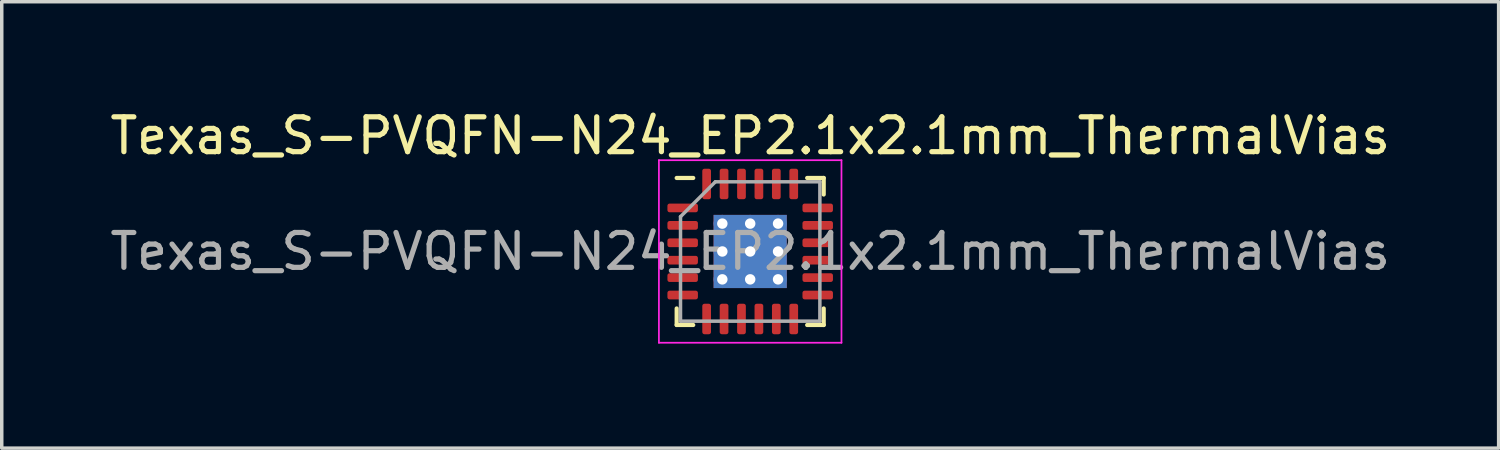
<source format=kicad_pcb>
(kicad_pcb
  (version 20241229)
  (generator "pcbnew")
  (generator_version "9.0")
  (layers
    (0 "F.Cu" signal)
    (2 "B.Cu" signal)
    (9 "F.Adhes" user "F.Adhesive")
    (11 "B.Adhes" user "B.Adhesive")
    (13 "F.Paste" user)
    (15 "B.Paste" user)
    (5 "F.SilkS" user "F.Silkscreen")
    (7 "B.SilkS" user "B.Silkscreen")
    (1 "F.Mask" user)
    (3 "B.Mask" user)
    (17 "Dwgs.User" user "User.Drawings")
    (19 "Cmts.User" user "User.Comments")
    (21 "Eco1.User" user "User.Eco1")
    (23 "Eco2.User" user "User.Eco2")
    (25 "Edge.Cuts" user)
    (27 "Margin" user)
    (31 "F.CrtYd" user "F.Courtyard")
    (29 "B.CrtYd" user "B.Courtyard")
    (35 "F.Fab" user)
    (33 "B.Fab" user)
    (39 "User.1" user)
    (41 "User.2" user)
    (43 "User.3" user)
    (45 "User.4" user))
  (footprint "Texas_S-PVQFN-N24_EP2.1x2.1mm_ThermalVias"
    (layer "F.Cu")
    (at 18.482 4.168)
    (property "Reference" "Texas_S-PVQFN-N24_EP2.1x2.1mm_ThermalVias" (at 0 -3.32 0) (layer "F.SilkS") (effects (font (size 1 1) (thickness 0.15))))
    (attr smd)
    (fp_line (start -2.11 2.11) (end -2.11 1.635) (stroke (width 0.12) (type solid)) (layer "F.SilkS"))
    (fp_line (start -1.635 -2.11) (end -2.11 -2.11) (stroke (width 0.12) (type solid)) (layer "F.SilkS"))
    (fp_line (start -1.635 2.11) (end -2.11 2.11) (stroke (width 0.12) (type solid)) (layer "F.SilkS"))
    (fp_line (start 1.635 -2.11) (end 2.11 -2.11) (stroke (width 0.12) (type solid)) (layer "F.SilkS"))
    (fp_line (start 1.635 2.11) (end 2.11 2.11) (stroke (width 0.12) (type solid)) (layer "F.SilkS"))
    (fp_line (start 2.11 -2.11) (end 2.11 -1.635) (stroke (width 0.12) (type solid)) (layer "F.SilkS"))
    (fp_line (start 2.11 2.11) (end 2.11 1.635) (stroke (width 0.12) (type solid)) (layer "F.SilkS"))
    (fp_line (start -2.62 -2.62) (end -2.62 2.62) (stroke (width 0.05) (type solid)) (layer "F.CrtYd"))
    (fp_line (start -2.62 2.62) (end 2.62 2.62) (stroke (width 0.05) (type solid)) (layer "F.CrtYd"))
    (fp_line (start 2.62 -2.62) (end -2.62 -2.62) (stroke (width 0.05) (type solid)) (layer "F.CrtYd"))
    (fp_line (start 2.62 2.62) (end 2.62 -2.62) (stroke (width 0.05) (type solid)) (layer "F.CrtYd"))
    (fp_line (start -2 -1) (end -1 -2) (stroke (width 0.1) (type solid)) (layer "F.Fab"))
    (fp_line (start -2 2) (end -2 -1) (stroke (width 0.1) (type solid)) (layer "F.Fab"))
    (fp_line (start -1 -2) (end 2 -2) (stroke (width 0.1) (type solid)) (layer "F.Fab"))
    (fp_line (start 2 -2) (end 2 2) (stroke (width 0.1) (type solid)) (layer "F.Fab"))
    (fp_line (start 2 2) (end -2 2) (stroke (width 0.1) (type solid)) (layer "F.Fab"))
    (fp_text user "${REFERENCE}" (at 0 0 0) (layer "F.Fab") (effects (font (size 1 1) (thickness 0.15))))
    (pad "" smd roundrect (at -0.525 -0.525) (size 0.88 0.88) (layers "F.Paste") (roundrect_rratio 0.25))
    (pad "" smd roundrect (at -0.525 0.525) (size 0.88 0.88) (layers "F.Paste") (roundrect_rratio 0.25))
    (pad "" smd roundrect (at 0.525 -0.525) (size 0.88 0.88) (layers "F.Paste") (roundrect_rratio 0.25))
    (pad "" smd roundrect (at 0.525 0.525) (size 0.88 0.88) (layers "F.Paste") (roundrect_rratio 0.25))
    (pad "1" smd roundrect (at -1.938 -1.25) (size 0.875 0.25) (layers "F.Cu" "F.Mask" "F.Paste") (roundrect_rratio 0.25))
    (pad "2" smd roundrect (at -1.938 -0.75) (size 0.875 0.25) (layers "F.Cu" "F.Mask" "F.Paste") (roundrect_rratio 0.25))
    (pad "3" smd roundrect (at -1.938 -0.25) (size 0.875 0.25) (layers "F.Cu" "F.Mask" "F.Paste") (roundrect_rratio 0.25))
    (pad "4" smd roundrect (at -1.938 0.25) (size 0.875 0.25) (layers "F.Cu" "F.Mask" "F.Paste") (roundrect_rratio 0.25))
    (pad "5" smd roundrect (at -1.938 0.75) (size 0.875 0.25) (layers "F.Cu" "F.Mask" "F.Paste") (roundrect_rratio 0.25))
    (pad "6" smd roundrect (at -1.938 1.25) (size 0.875 0.25) (layers "F.Cu" "F.Mask" "F.Paste") (roundrect_rratio 0.25))
    (pad "7" smd roundrect (at -1.25 1.938) (size 0.25 0.875) (layers "F.Cu" "F.Mask" "F.Paste") (roundrect_rratio 0.25))
    (pad "8" smd roundrect (at -0.75 1.938) (size 0.25 0.875) (layers "F.Cu" "F.Mask" "F.Paste") (roundrect_rratio 0.25))
    (pad "9" smd roundrect (at -0.25 1.938) (size 0.25 0.875) (layers "F.Cu" "F.Mask" "F.Paste") (roundrect_rratio 0.25))
    (pad "10" smd roundrect (at 0.25 1.938) (size 0.25 0.875) (layers "F.Cu" "F.Mask" "F.Paste") (roundrect_rratio 0.25))
    (pad "11" smd roundrect (at 0.75 1.938) (size 0.25 0.875) (layers "F.Cu" "F.Mask" "F.Paste") (roundrect_rratio 0.25))
    (pad "12" smd roundrect (at 1.25 1.938) (size 0.25 0.875) (layers "F.Cu" "F.Mask" "F.Paste") (roundrect_rratio 0.25))
    (pad "13" smd roundrect (at 1.938 1.25) (size 0.875 0.25) (layers "F.Cu" "F.Mask" "F.Paste") (roundrect_rratio 0.25))
    (pad "14" smd roundrect (at 1.938 0.75) (size 0.875 0.25) (layers "F.Cu" "F.Mask" "F.Paste") (roundrect_rratio 0.25))
    (pad "15" smd roundrect (at 1.938 0.25) (size 0.875 0.25) (layers "F.Cu" "F.Mask" "F.Paste") (roundrect_rratio 0.25))
    (pad "16" smd roundrect (at 1.938 -0.25) (size 0.875 0.25) (layers "F.Cu" "F.Mask" "F.Paste") (roundrect_rratio 0.25))
    (pad "17" smd roundrect (at 1.938 -0.75) (size 0.875 0.25) (layers "F.Cu" "F.Mask" "F.Paste") (roundrect_rratio 0.25))
    (pad "18" smd roundrect (at 1.938 -1.25) (size 0.875 0.25) (layers "F.Cu" "F.Mask" "F.Paste") (roundrect_rratio 0.25))
    (pad "19" smd roundrect (at 1.25 -1.938) (size 0.25 0.875) (layers "F.Cu" "F.Mask" "F.Paste") (roundrect_rratio 0.25))
    (pad "20" smd roundrect (at 0.75 -1.938) (size 0.25 0.875) (layers "F.Cu" "F.Mask" "F.Paste") (roundrect_rratio 0.25))
    (pad "21" smd roundrect (at 0.25 -1.938) (size 0.25 0.875) (layers "F.Cu" "F.Mask" "F.Paste") (roundrect_rratio 0.25))
    (pad "22" smd roundrect (at -0.25 -1.938) (size 0.25 0.875) (layers "F.Cu" "F.Mask" "F.Paste") (roundrect_rratio 0.25))
    (pad "23" smd roundrect (at -0.75 -1.938) (size 0.25 0.875) (layers "F.Cu" "F.Mask" "F.Paste") (roundrect_rratio 0.25))
    (pad "24" smd roundrect (at -1.25 -1.938) (size 0.25 0.875) (layers "F.Cu" "F.Mask" "F.Paste") (roundrect_rratio 0.25))
    (pad "25" thru_hole circle (at -0.8 -0.8) (size 0.5 0.5) (drill 0.3) (layers "*.Cu"))
    (pad "25" thru_hole circle (at -0.8 0) (size 0.5 0.5) (drill 0.3) (layers "*.Cu"))
    (pad "25" thru_hole circle (at -0.8 0.8) (size 0.5 0.5) (drill 0.3) (layers "*.Cu"))
    (pad "25" thru_hole circle (at 0 -0.8) (size 0.5 0.5) (drill 0.3) (layers "*.Cu"))
    (pad "25" thru_hole circle (at 0 0) (size 0.5 0.5) (drill 0.3) (layers "*.Cu"))
    (pad "25" smd rect (at 0 0) (size 2.1 2.1) (layers "F.Cu" "F.Mask"))
    (pad "25" smd rect (at 0 0) (size 2.1 2.1) (layers "B.Cu"))
    (pad "25" thru_hole circle (at 0 0.8) (size 0.5 0.5) (drill 0.3) (layers "*.Cu"))
    (pad "25" thru_hole circle (at 0.8 -0.8) (size 0.5 0.5) (drill 0.3) (layers "*.Cu"))
    (pad "25" thru_hole circle (at 0.8 0) (size 0.5 0.5) (drill 0.3) (layers "*.Cu"))
    (pad "25" thru_hole circle (at 0.8 0.8) (size 0.5 0.5) (drill 0.3) (layers "*.Cu")))
  (gr_rect
    (start -3 -3)
    (end 39.964 9.813)
    (stroke (width 0.1) (type default))
    (fill no)
    (layer "Edge.Cuts")))
</source>
